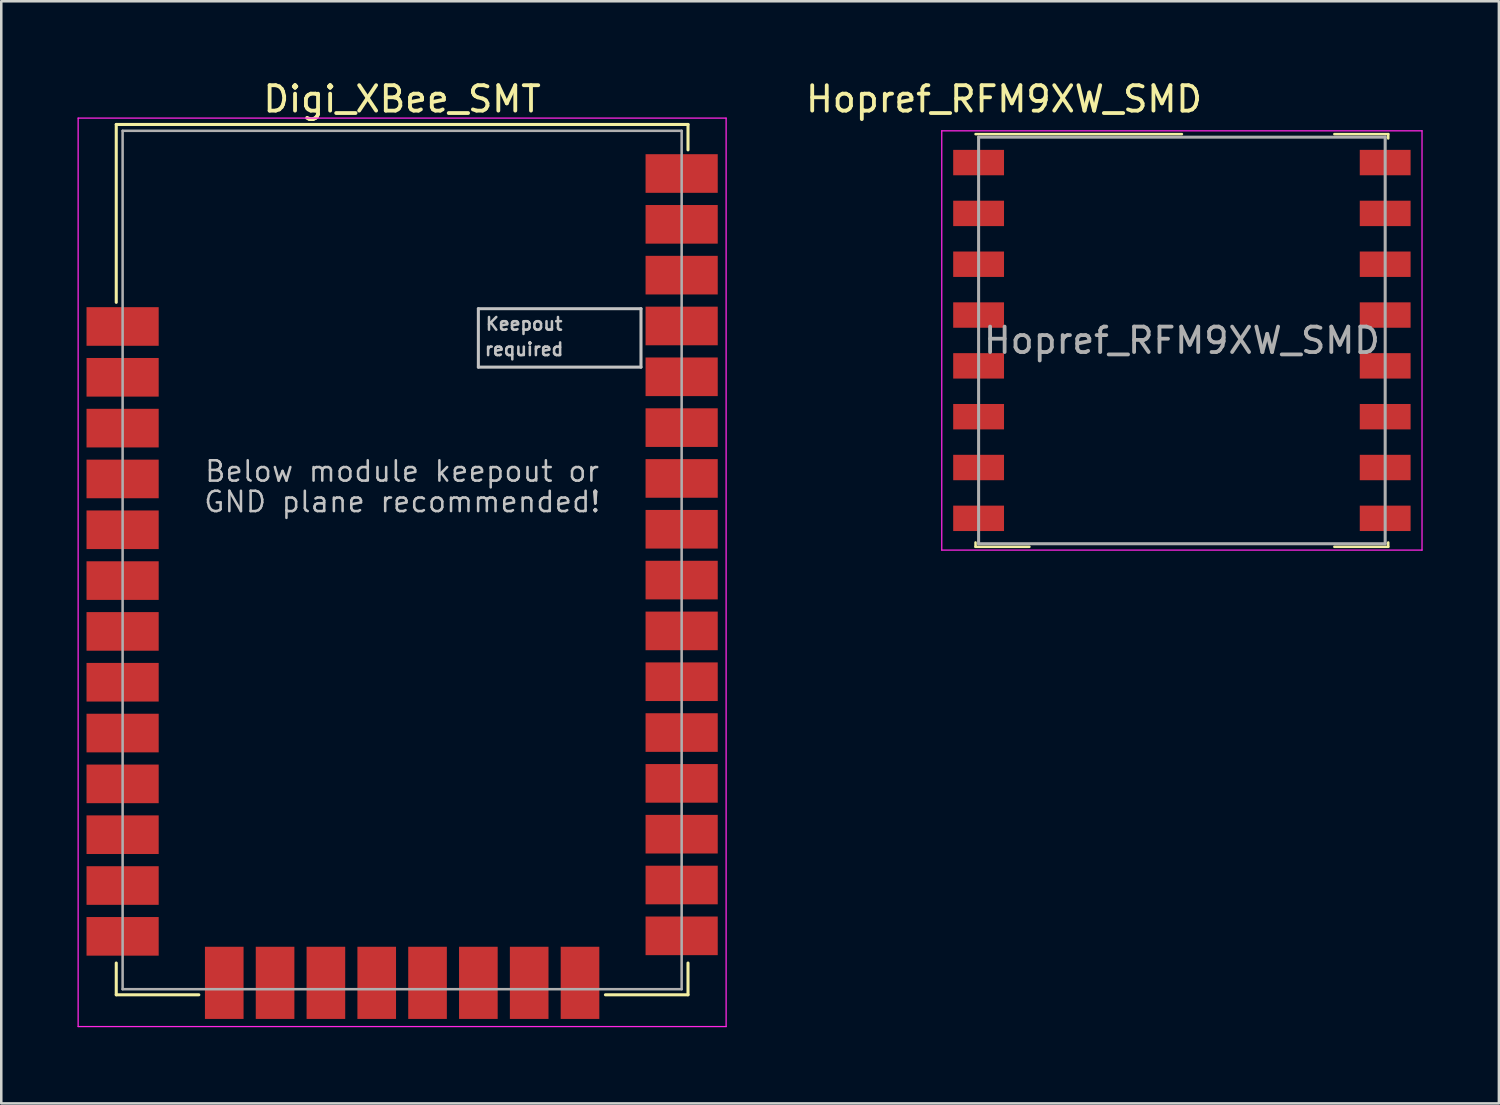
<source format=kicad_pcb>
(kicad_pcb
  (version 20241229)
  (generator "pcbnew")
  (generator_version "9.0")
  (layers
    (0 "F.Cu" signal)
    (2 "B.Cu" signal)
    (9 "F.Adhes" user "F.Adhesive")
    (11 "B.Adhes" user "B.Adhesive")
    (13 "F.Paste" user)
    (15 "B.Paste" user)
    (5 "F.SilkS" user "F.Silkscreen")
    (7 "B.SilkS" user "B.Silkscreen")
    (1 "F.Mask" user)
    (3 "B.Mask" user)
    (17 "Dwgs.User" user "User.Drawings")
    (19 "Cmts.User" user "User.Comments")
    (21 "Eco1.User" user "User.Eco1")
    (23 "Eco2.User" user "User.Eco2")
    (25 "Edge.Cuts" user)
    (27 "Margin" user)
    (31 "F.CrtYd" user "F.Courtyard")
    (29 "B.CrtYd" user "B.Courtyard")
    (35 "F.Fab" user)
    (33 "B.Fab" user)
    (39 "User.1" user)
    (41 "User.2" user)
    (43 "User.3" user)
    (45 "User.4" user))
  (footprint "Digi_XBee_SMT"
    (layer "F.Cu")
    (at 12.775 19.698)
    (property "Reference" "Digi_XBee_SMT" (at 0 -18.85 0) (layer "F.SilkS") (effects (font (size 1 1) (thickness 0.15))))
    (attr smd)
    (fp_line (start -11.25 -17.85) (end 11.25 -17.85) (stroke (width 0.12) (type solid)) (layer "F.SilkS"))
    (fp_line (start -11.25 -10.85) (end -11.25 -17.85) (stroke (width 0.12) (type solid)) (layer "F.SilkS"))
    (fp_line (start -11.25 15.15) (end -11.25 16.4) (stroke (width 0.12) (type solid)) (layer "F.SilkS"))
    (fp_line (start -11.25 16.4) (end -8 16.4) (stroke (width 0.12) (type solid)) (layer "F.SilkS"))
    (fp_line (start 8 16.4) (end 11.25 16.4) (stroke (width 0.12) (type solid)) (layer "F.SilkS"))
    (fp_line (start 11.25 -17.85) (end 11.25 -16.85) (stroke (width 0.12) (type solid)) (layer "F.SilkS"))
    (fp_line (start 11.25 16.4) (end 11.25 15.15) (stroke (width 0.12) (type solid)) (layer "F.SilkS"))
    (fp_line (start 3 -10.6) (end 3 -8.3) (stroke (width 0.12) (type solid)) (layer "Dwgs.User"))
    (fp_line (start 3 -8.3) (end 9.4 -8.3) (stroke (width 0.12) (type solid)) (layer "Dwgs.User"))
    (fp_line (start 9.4 -10.6) (end 3 -10.6) (stroke (width 0.12) (type solid)) (layer "Dwgs.User"))
    (fp_line (start 9.4 -8.3) (end 9.4 -10.6) (stroke (width 0.12) (type solid)) (layer "Dwgs.User"))
    (fp_line (start -12.75 -18.1) (end 12.75 -18.1) (stroke (width 0.05) (type solid)) (layer "F.CrtYd"))
    (fp_line (start -12.75 17.65) (end -12.75 -18.1) (stroke (width 0.05) (type solid)) (layer "F.CrtYd"))
    (fp_line (start 12.75 -18.1) (end 12.75 17.65) (stroke (width 0.05) (type solid)) (layer "F.CrtYd"))
    (fp_line (start 12.75 17.65) (end -12.75 17.65) (stroke (width 0.05) (type solid)) (layer "F.CrtYd"))
    (fp_line (start -11 -17.6) (end -11 16.18) (stroke (width 0.1) (type solid)) (layer "F.Fab"))
    (fp_line (start -11 16.18) (end 11 16.18) (stroke (width 0.1) (type solid)) (layer "F.Fab"))
    (fp_line (start 11 -17.6) (end -11 -17.6) (stroke (width 0.1) (type solid)) (layer "F.Fab"))
    (fp_line (start 11 16.18) (end 11 -17.6) (stroke (width 0.1) (type solid)) (layer "F.Fab"))
    (fp_text user "Below module keepout or" (at 0 -4.2 0) (layer "Dwgs.User") (effects (font (size 0.8 0.8) (thickness 0.1))))
    (fp_text user "Keepout" (at 4.8 -10 0) (layer "Dwgs.User") (effects (font (size 0.5 0.5) (thickness 0.1))))
    (fp_text user "GND plane recommended!" (at 0 -3 0) (layer "Dwgs.User") (effects (font (size 0.8 0.8) (thickness 0.1))))
    (fp_text user "required" (at 4.8 -9 0) (layer "Dwgs.User") (effects (font (size 0.5 0.5) (thickness 0.1))))
    (pad "1" smd rect (at -11 -9.9) (size 2.84 1.52) (layers "F.Cu" "F.Mask" "F.Paste"))
    (pad "2" smd rect (at -11 -7.9) (size 2.84 1.52) (layers "F.Cu" "F.Mask" "F.Paste"))
    (pad "3" smd rect (at -11 -5.9) (size 2.84 1.52) (layers "F.Cu" "F.Mask" "F.Paste"))
    (pad "4" smd rect (at -11 -3.9) (size 2.84 1.52) (layers "F.Cu" "F.Mask" "F.Paste"))
    (pad "5" smd rect (at -11 -1.9) (size 2.84 1.52) (layers "F.Cu" "F.Mask" "F.Paste"))
    (pad "6" smd rect (at -11 0.1) (size 2.84 1.52) (layers "F.Cu" "F.Mask" "F.Paste"))
    (pad "7" smd rect (at -11 2.1) (size 2.84 1.52) (layers "F.Cu" "F.Mask" "F.Paste"))
    (pad "8" smd rect (at -11 4.1) (size 2.84 1.52) (layers "F.Cu" "F.Mask" "F.Paste"))
    (pad "9" smd rect (at -11 6.1) (size 2.84 1.52) (layers "F.Cu" "F.Mask" "F.Paste"))
    (pad "10" smd rect (at -11 8.1) (size 2.84 1.52) (layers "F.Cu" "F.Mask" "F.Paste"))
    (pad "11" smd rect (at -11 10.1) (size 2.84 1.52) (layers "F.Cu" "F.Mask" "F.Paste"))
    (pad "12" smd rect (at -11 12.1) (size 2.84 1.52) (layers "F.Cu" "F.Mask" "F.Paste"))
    (pad "13" smd rect (at -11 14.1) (size 2.84 1.52) (layers "F.Cu" "F.Mask" "F.Paste"))
    (pad "14" smd rect (at -7 15.93 90) (size 2.84 1.52) (layers "F.Cu" "F.Mask" "F.Paste"))
    (pad "15" smd rect (at -5 15.93 90) (size 2.84 1.52) (layers "F.Cu" "F.Mask" "F.Paste"))
    (pad "16" smd rect (at -3 15.93 90) (size 2.84 1.52) (layers "F.Cu" "F.Mask" "F.Paste"))
    (pad "17" smd rect (at -1 15.93 90) (size 2.84 1.52) (layers "F.Cu" "F.Mask" "F.Paste"))
    (pad "18" smd rect (at 1 15.93 90) (size 2.84 1.52) (layers "F.Cu" "F.Mask" "F.Paste"))
    (pad "19" smd rect (at 3 15.93 90) (size 2.84 1.52) (layers "F.Cu" "F.Mask" "F.Paste"))
    (pad "20" smd rect (at 5 15.93 90) (size 2.84 1.52) (layers "F.Cu" "F.Mask" "F.Paste"))
    (pad "21" smd rect (at 7 15.93 90) (size 2.84 1.52) (layers "F.Cu" "F.Mask" "F.Paste"))
    (pad "22" smd rect (at 11 14.08) (size 2.84 1.52) (layers "F.Cu" "F.Mask" "F.Paste"))
    (pad "23" smd rect (at 11 12.08) (size 2.84 1.52) (layers "F.Cu" "F.Mask" "F.Paste"))
    (pad "24" smd rect (at 11 10.08) (size 2.84 1.52) (layers "F.Cu" "F.Mask" "F.Paste"))
    (pad "25" smd rect (at 11 8.08) (size 2.84 1.52) (layers "F.Cu" "F.Mask" "F.Paste"))
    (pad "26" smd rect (at 11 6.08) (size 2.84 1.52) (layers "F.Cu" "F.Mask" "F.Paste"))
    (pad "27" smd rect (at 11 4.08) (size 2.84 1.52) (layers "F.Cu" "F.Mask" "F.Paste"))
    (pad "28" smd rect (at 11 2.08) (size 2.84 1.52) (layers "F.Cu" "F.Mask" "F.Paste"))
    (pad "29" smd rect (at 11 0.08) (size 2.84 1.52) (layers "F.Cu" "F.Mask" "F.Paste"))
    (pad "30" smd rect (at 11 -1.92) (size 2.84 1.52) (layers "F.Cu" "F.Mask" "F.Paste"))
    (pad "31" smd rect (at 11 -3.92) (size 2.84 1.52) (layers "F.Cu" "F.Mask" "F.Paste"))
    (pad "32" smd rect (at 11 -5.92) (size 2.84 1.52) (layers "F.Cu" "F.Mask" "F.Paste"))
    (pad "33" smd rect (at 11 -7.92) (size 2.84 1.52) (layers "F.Cu" "F.Mask" "F.Paste"))
    (pad "34" smd rect (at 11 -9.92) (size 2.84 1.52) (layers "F.Cu" "F.Mask" "F.Paste"))
    (pad "35" smd rect (at 11 -11.92) (size 2.84 1.52) (layers "F.Cu" "F.Mask" "F.Paste"))
    (pad "36" smd rect (at 11 -13.92) (size 2.84 1.52) (layers "F.Cu" "F.Mask" "F.Paste"))
    (pad "37" smd rect (at 11 -15.92) (size 2.84 1.52) (layers "F.Cu" "F.Mask" "F.Paste")))
  (footprint "Hopref_RFM9XW_SMD"
    (layer "F.Cu")
    (at 43.461 10.348)
    (property "Reference" "Hopref_RFM9XW_SMD" (at -7 -9.5 0) (layer "F.SilkS") (effects (font (size 1 1) (thickness 0.15))))
    (attr smd)
    (fp_line (start -8.12 -8.12) (end 0 -8.12) (stroke (width 0.1) (type solid)) (layer "F.SilkS"))
    (fp_line (start -8.12 8.12) (end -8.12 7.95) (stroke (width 0.1) (type solid)) (layer "F.SilkS"))
    (fp_line (start -8.12 8.12) (end -6 8.12) (stroke (width 0.1) (type solid)) (layer "F.SilkS"))
    (fp_line (start 6 -8.12) (end 8.12 -8.12) (stroke (width 0.1) (type solid)) (layer "F.SilkS"))
    (fp_line (start 6 8.12) (end 8.12 8.12) (stroke (width 0.1) (type solid)) (layer "F.SilkS"))
    (fp_line (start 8.12 -8.12) (end 8.12 -7.95) (stroke (width 0.1) (type solid)) (layer "F.SilkS"))
    (fp_line (start 8.12 8.12) (end 8.12 7.95) (stroke (width 0.1) (type solid)) (layer "F.SilkS"))
    (fp_line (start -9.45 -8.25) (end 9.45 -8.25) (stroke (width 0.05) (type solid)) (layer "F.CrtYd"))
    (fp_line (start -9.45 8.25) (end -9.45 -8.25) (stroke (width 0.05) (type solid)) (layer "F.CrtYd"))
    (fp_line (start -9.45 8.25) (end 9.45 8.25) (stroke (width 0.05) (type solid)) (layer "F.CrtYd"))
    (fp_line (start 9.45 -8.25) (end 9.45 8.25) (stroke (width 0.05) (type solid)) (layer "F.CrtYd"))
    (fp_line (start -8 -8) (end 8 -8) (stroke (width 0.12) (type solid)) (layer "F.Fab"))
    (fp_line (start -8 8) (end -8 -8) (stroke (width 0.12) (type solid)) (layer "F.Fab"))
    (fp_line (start -8 8) (end 8 8) (stroke (width 0.12) (type solid)) (layer "F.Fab"))
    (fp_line (start 8 8) (end 8 -8) (stroke (width 0.12) (type solid)) (layer "F.Fab"))
    (fp_text user "${REFERENCE}" (at 0 0 0) (layer "F.Fab") (effects (font (size 1 1) (thickness 0.15))))
    (pad "1" smd rect (at -8 -7) (size 2 1) (layers "F.Cu" "F.Mask" "F.Paste"))
    (pad "2" smd rect (at -8 -5) (size 2 1) (layers "F.Cu" "F.Mask" "F.Paste"))
    (pad "3" smd rect (at -8 -3) (size 2 1) (layers "F.Cu" "F.Mask" "F.Paste"))
    (pad "4" smd rect (at -8 -1) (size 2 1) (layers "F.Cu" "F.Mask" "F.Paste"))
    (pad "5" smd rect (at -8 1) (size 2 1) (layers "F.Cu" "F.Mask" "F.Paste"))
    (pad "6" smd rect (at -8 3) (size 2 1) (layers "F.Cu" "F.Mask" "F.Paste"))
    (pad "7" smd rect (at -8 5) (size 2 1) (layers "F.Cu" "F.Mask" "F.Paste"))
    (pad "8" smd rect (at -8 7) (size 2 1) (layers "F.Cu" "F.Mask" "F.Paste"))
    (pad "9" smd rect (at 8 7) (size 2 1) (layers "F.Cu" "F.Mask" "F.Paste"))
    (pad "10" smd rect (at 8 5) (size 2 1) (layers "F.Cu" "F.Mask" "F.Paste"))
    (pad "11" smd rect (at 8 3) (size 2 1) (layers "F.Cu" "F.Mask" "F.Paste"))
    (pad "12" smd rect (at 8 1) (size 2 1) (layers "F.Cu" "F.Mask" "F.Paste"))
    (pad "13" smd rect (at 8 -1) (size 2 1) (layers "F.Cu" "F.Mask" "F.Paste"))
    (pad "14" smd rect (at 8 -3) (size 2 1) (layers "F.Cu" "F.Mask" "F.Paste"))
    (pad "15" smd rect (at 8 -5) (size 2 1) (layers "F.Cu" "F.Mask" "F.Paste"))
    (pad "16" smd rect (at 8 -7) (size 2 1) (layers "F.Cu" "F.Mask" "F.Paste")))
  (gr_rect
    (start -3 -3)
    (end 55.936 40.373)
    (stroke (width 0.1) (type default))
    (fill no)
    (layer "Edge.Cuts")))
</source>
